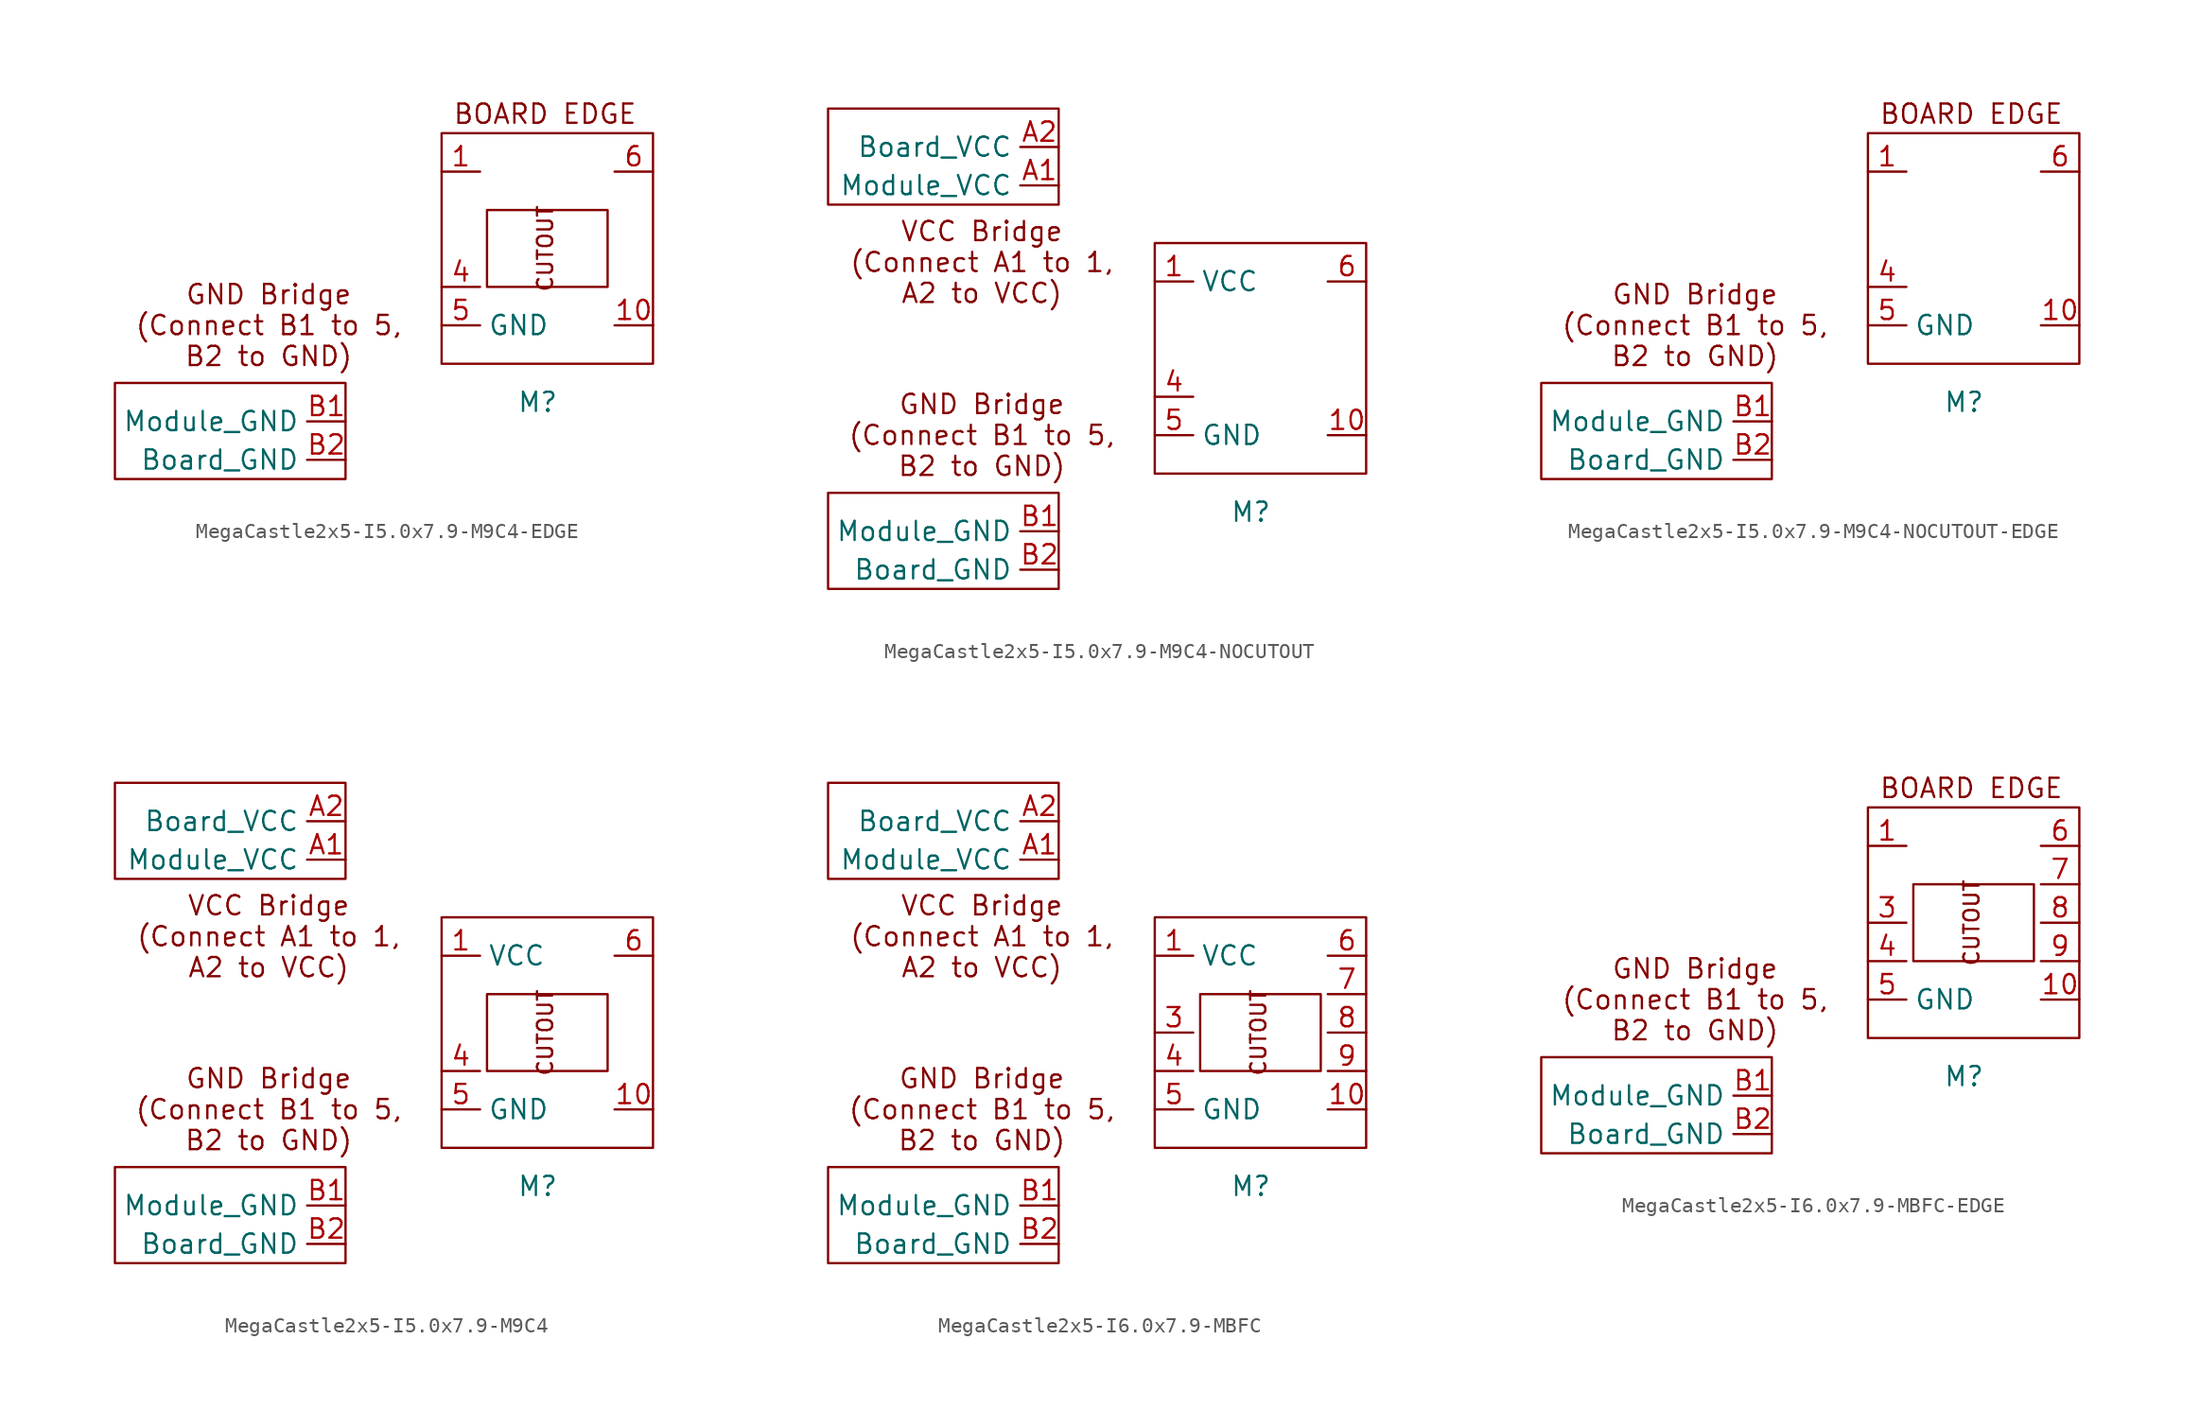
<source format=kicad_sym>
(kicad_symbol_lib
  (version 20241209)
  (generator "kicad_symbol_editor")
  (generator_version "9.0")
  (symbol "MegaCastle2x5-I5.0x7.9-M9C4-EDGE"
    (property "Reference" "M"
      (at 0 -10.16 0)
      (effects (font (size 1.27 1.27))))
    (property "Value" ""
      (at 0 5.08 0)
      (effects (font (size 1.27 1.27))))
    (symbol "MegaCastle2x5-I5.0x7.9-M9C4-EDGE_0_1"
      (rectangle (start -27.94 -8.89) (end -12.7 -15.24) (stroke (width 0) (type default)) (fill (type none)))
      (rectangle (start -6.35 7.62) (end 7.62 -7.62) (stroke (width 0) (type default)) (fill (type none)))
      (rectangle (start -3.35 2.54) (end 4.62 -2.54) (stroke (width 0) (type default)) (fill (type none))))
    (symbol "MegaCastle2x5-I5.0x7.9-M9C4-EDGE_1_1"
      (text "GND Bridge\n(Connect B1 to 5,\nB2 to GND)" (at -17.78 -5.08 0) (effects (font (size 1.27 1.27))))
      (text " BOARD EDGE" (at 0 8.89 0) (effects (font (size 1.27 1.27))))
      (text "CUTOUT" (at 0.5 0 900) (effects (font (size 1 1))))
      (pin bidirectional line (at -12.7 -11.43 180) (length 2.54) (name "Module_GND" (effects (font (size 1.27 1.27)))) (number "B1" (effects (font (size 1.27 1.27)))))
      (pin bidirectional line (at -12.7 -13.97 180) (length 2.54) (name "Board_GND" (effects (font (size 1.27 1.27)))) (number "B2" (effects (font (size 1.27 1.27)))))
      (pin bidirectional line (at -6.35 5.08 0) (length 2.54) (name "" (effects (font (size 1.27 1.27)))) (number "1" (effects (font (size 1.27 1.27)))))
      (pin bidirectional line (at -6.35 -2.54 0) (length 2.54) (name "" (effects (font (size 1.27 1.27)))) (number "4" (effects (font (size 1.27 1.27)))))
      (pin bidirectional line (at -6.35 -5.08 0) (length 2.54) (name "GND" (effects (font (size 1.27 1.27)))) (number "5" (effects (font (size 1.27 1.27)))))
      (pin bidirectional line (at 7.62 5.08 180) (length 2.54) (name "" (effects (font (size 1.27 1.27)))) (number "6" (effects (font (size 1.27 1.27)))))
      (pin bidirectional line (at 7.62 -5.08 180) (length 2.54) (name "" (effects (font (size 1.27 1.27)))) (number "10" (effects (font (size 1.27 1.27)))))))
  (symbol "MegaCastle2x5-I5.0x7.9-M9C4-NOCUTOUT"
    (property "Reference" "M"
      (at 0 -10.16 0)
      (effects (font (size 1.27 1.27))))
    (property "Value" ""
      (at 0 5.08 0)
      (effects (font (size 1.27 1.27))))
    (symbol "MegaCastle2x5-I5.0x7.9-M9C4-NOCUTOUT_0_1"
      (rectangle (start -27.94 16.51) (end -12.7 10.16) (stroke (width 0) (type default)) (fill (type none)))
      (rectangle (start -27.94 -8.89) (end -12.7 -15.24) (stroke (width 0) (type default)) (fill (type none)))
      (rectangle (start -6.35 7.62) (end 7.62 -7.62) (stroke (width 0) (type default)) (fill (type none))))
    (symbol "MegaCastle2x5-I5.0x7.9-M9C4-NOCUTOUT_1_1"
      (text "VCC Bridge\n(Connect A1 to 1,\nA2 to VCC)" (at -17.78 6.35 0) (effects (font (size 1.27 1.27))))
      (text "GND Bridge\n(Connect B1 to 5,\nB2 to GND)" (at -17.78 -5.08 0) (effects (font (size 1.27 1.27))))
      (pin bidirectional line (at -12.7 13.97 180) (length 2.54) (name "Board_VCC" (effects (font (size 1.27 1.27)))) (number "A2" (effects (font (size 1.27 1.27)))))
      (pin bidirectional line (at -12.7 11.43 180) (length 2.54) (name "Module_VCC" (effects (font (size 1.27 1.27)))) (number "A1" (effects (font (size 1.27 1.27)))))
      (pin bidirectional line (at -12.7 -11.43 180) (length 2.54) (name "Module_GND" (effects (font (size 1.27 1.27)))) (number "B1" (effects (font (size 1.27 1.27)))))
      (pin bidirectional line (at -12.7 -13.97 180) (length 2.54) (name "Board_GND" (effects (font (size 1.27 1.27)))) (number "B2" (effects (font (size 1.27 1.27)))))
      (pin bidirectional line (at -6.35 5.08 0) (length 2.54) (name "VCC" (effects (font (size 1.27 1.27)))) (number "1" (effects (font (size 1.27 1.27)))))
      (pin bidirectional line (at -6.35 -2.54 0) (length 2.54) (name "" (effects (font (size 1.27 1.27)))) (number "4" (effects (font (size 1.27 1.27)))))
      (pin bidirectional line (at -6.35 -5.08 0) (length 2.54) (name "GND" (effects (font (size 1.27 1.27)))) (number "5" (effects (font (size 1.27 1.27)))))
      (pin bidirectional line (at 7.62 5.08 180) (length 2.54) (name "" (effects (font (size 1.27 1.27)))) (number "6" (effects (font (size 1.27 1.27)))))
      (pin bidirectional line (at 7.62 -5.08 180) (length 2.54) (name "" (effects (font (size 1.27 1.27)))) (number "10" (effects (font (size 1.27 1.27)))))))
  (symbol "MegaCastle2x5-I5.0x7.9-M9C4-NOCUTOUT-EDGE"
    (property "Reference" "M"
      (at 0 -10.16 0)
      (effects (font (size 1.27 1.27))))
    (property "Value" ""
      (at 0 5.08 0)
      (effects (font (size 1.27 1.27))))
    (symbol "MegaCastle2x5-I5.0x7.9-M9C4-NOCUTOUT-EDGE_0_1"
      (rectangle (start -27.94 -8.89) (end -12.7 -15.24) (stroke (width 0) (type default)) (fill (type none)))
      (rectangle (start -6.35 7.62) (end 7.62 -7.62) (stroke (width 0) (type default)) (fill (type none))))
    (symbol "MegaCastle2x5-I5.0x7.9-M9C4-NOCUTOUT-EDGE_1_1"
      (text "GND Bridge\n(Connect B1 to 5,\nB2 to GND)" (at -17.78 -5.08 0) (effects (font (size 1.27 1.27))))
      (text " BOARD EDGE" (at 0 8.89 0) (effects (font (size 1.27 1.27))))
      (pin bidirectional line (at -12.7 -11.43 180) (length 2.54) (name "Module_GND" (effects (font (size 1.27 1.27)))) (number "B1" (effects (font (size 1.27 1.27)))))
      (pin bidirectional line (at -12.7 -13.97 180) (length 2.54) (name "Board_GND" (effects (font (size 1.27 1.27)))) (number "B2" (effects (font (size 1.27 1.27)))))
      (pin bidirectional line (at -6.35 5.08 0) (length 2.54) (name "" (effects (font (size 1.27 1.27)))) (number "1" (effects (font (size 1.27 1.27)))))
      (pin bidirectional line (at -6.35 -2.54 0) (length 2.54) (name "" (effects (font (size 1.27 1.27)))) (number "4" (effects (font (size 1.27 1.27)))))
      (pin bidirectional line (at -6.35 -5.08 0) (length 2.54) (name "GND" (effects (font (size 1.27 1.27)))) (number "5" (effects (font (size 1.27 1.27)))))
      (pin bidirectional line (at 7.62 5.08 180) (length 2.54) (name "" (effects (font (size 1.27 1.27)))) (number "6" (effects (font (size 1.27 1.27)))))
      (pin bidirectional line (at 7.62 -5.08 180) (length 2.54) (name "" (effects (font (size 1.27 1.27)))) (number "10" (effects (font (size 1.27 1.27)))))))
  (symbol "MegaCastle2x5-I5.0x7.9-M9C4"
    (property "Reference" "M"
      (at 0 -10.16 0)
      (effects (font (size 1.27 1.27))))
    (property "Value" ""
      (at 0 5.08 0)
      (effects (font (size 1.27 1.27))))
    (symbol "MegaCastle2x5-I5.0x7.9-M9C4_0_1"
      (rectangle (start -27.94 16.51) (end -12.7 10.16) (stroke (width 0) (type default)) (fill (type none)))
      (rectangle (start -27.94 -8.89) (end -12.7 -15.24) (stroke (width 0) (type default)) (fill (type none)))
      (rectangle (start -6.35 7.62) (end 7.62 -7.62) (stroke (width 0) (type default)) (fill (type none)))
      (rectangle (start -3.35 2.54) (end 4.62 -2.54) (stroke (width 0) (type default)) (fill (type none))))
    (symbol "MegaCastle2x5-I5.0x7.9-M9C4_1_1"
      (text "VCC Bridge\n(Connect A1 to 1,\nA2 to VCC)" (at -17.78 6.35 0) (effects (font (size 1.27 1.27))))
      (text "GND Bridge\n(Connect B1 to 5,\nB2 to GND)" (at -17.78 -5.08 0) (effects (font (size 1.27 1.27))))
      (text "CUTOUT" (at 0.5 0 900) (effects (font (size 1 1))))
      (pin bidirectional line (at -12.7 13.97 180) (length 2.54) (name "Board_VCC" (effects (font (size 1.27 1.27)))) (number "A2" (effects (font (size 1.27 1.27)))))
      (pin bidirectional line (at -12.7 11.43 180) (length 2.54) (name "Module_VCC" (effects (font (size 1.27 1.27)))) (number "A1" (effects (font (size 1.27 1.27)))))
      (pin bidirectional line (at -12.7 -11.43 180) (length 2.54) (name "Module_GND" (effects (font (size 1.27 1.27)))) (number "B1" (effects (font (size 1.27 1.27)))))
      (pin bidirectional line (at -12.7 -13.97 180) (length 2.54) (name "Board_GND" (effects (font (size 1.27 1.27)))) (number "B2" (effects (font (size 1.27 1.27)))))
      (pin bidirectional line (at -6.35 5.08 0) (length 2.54) (name "VCC" (effects (font (size 1.27 1.27)))) (number "1" (effects (font (size 1.27 1.27)))))
      (pin bidirectional line (at -6.35 -2.54 0) (length 2.54) (name "" (effects (font (size 1.27 1.27)))) (number "4" (effects (font (size 1.27 1.27)))))
      (pin bidirectional line (at -6.35 -5.08 0) (length 2.54) (name "GND" (effects (font (size 1.27 1.27)))) (number "5" (effects (font (size 1.27 1.27)))))
      (pin bidirectional line (at 7.62 5.08 180) (length 2.54) (name "" (effects (font (size 1.27 1.27)))) (number "6" (effects (font (size 1.27 1.27)))))
      (pin bidirectional line (at 7.62 -5.08 180) (length 2.54) (name "" (effects (font (size 1.27 1.27)))) (number "10" (effects (font (size 1.27 1.27)))))))
  (symbol "MegaCastle2x5-I6.0x7.9-MBFC"
    (property "Reference" "M"
      (at 0 -10.16 0)
      (effects (font (size 1.27 1.27))))
    (property "Value" ""
      (at 0 5.08 0)
      (effects (font (size 1.27 1.27))))
    (symbol "MegaCastle2x5-I6.0x7.9-MBFC_0_1"
      (rectangle (start -27.94 16.51) (end -12.7 10.16) (stroke (width 0) (type default)) (fill (type none)))
      (rectangle (start -27.94 -8.89) (end -12.7 -15.24) (stroke (width 0) (type default)) (fill (type none)))
      (rectangle (start -6.35 7.62) (end 7.62 -7.62) (stroke (width 0) (type default)) (fill (type none)))
      (rectangle (start -3.35 2.54) (end 4.62 -2.54) (stroke (width 0) (type default)) (fill (type none))))
    (symbol "MegaCastle2x5-I6.0x7.9-MBFC_1_1"
      (text "VCC Bridge\n(Connect A1 to 1,\nA2 to VCC)" (at -17.78 6.35 0) (effects (font (size 1.27 1.27))))
      (text "GND Bridge\n(Connect B1 to 5,\nB2 to GND)" (at -17.78 -5.08 0) (effects (font (size 1.27 1.27))))
      (text "CUTOUT" (at 0.5 0 900) (effects (font (size 1 1))))
      (pin bidirectional line (at -12.7 13.97 180) (length 2.54) (name "Board_VCC" (effects (font (size 1.27 1.27)))) (number "A2" (effects (font (size 1.27 1.27)))))
      (pin bidirectional line (at -12.7 11.43 180) (length 2.54) (name "Module_VCC" (effects (font (size 1.27 1.27)))) (number "A1" (effects (font (size 1.27 1.27)))))
      (pin bidirectional line (at -12.7 -11.43 180) (length 2.54) (name "Module_GND" (effects (font (size 1.27 1.27)))) (number "B1" (effects (font (size 1.27 1.27)))))
      (pin bidirectional line (at -12.7 -13.97 180) (length 2.54) (name "Board_GND" (effects (font (size 1.27 1.27)))) (number "B2" (effects (font (size 1.27 1.27)))))
      (pin bidirectional line (at -6.35 5.08 0) (length 2.54) (name "VCC" (effects (font (size 1.27 1.27)))) (number "1" (effects (font (size 1.27 1.27)))))
      (pin bidirectional line (at -6.35 0 0) (length 2.54) (name "" (effects (font (size 1.27 1.27)))) (number "3" (effects (font (size 1.27 1.27)))))
      (pin bidirectional line (at -6.35 -2.54 0) (length 2.54) (name "" (effects (font (size 1.27 1.27)))) (number "4" (effects (font (size 1.27 1.27)))))
      (pin bidirectional line (at -6.35 -5.08 0) (length 2.54) (name "GND" (effects (font (size 1.27 1.27)))) (number "5" (effects (font (size 1.27 1.27)))))
      (pin bidirectional line (at 7.62 5.08 180) (length 2.54) (name "" (effects (font (size 1.27 1.27)))) (number "6" (effects (font (size 1.27 1.27)))))
      (pin bidirectional line (at 7.62 2.54 180) (length 2.54) (name "" (effects (font (size 1.27 1.27)))) (number "7" (effects (font (size 1.27 1.27)))))
      (pin bidirectional line (at 7.62 0 180) (length 2.54) (name "" (effects (font (size 1.27 1.27)))) (number "8" (effects (font (size 1.27 1.27)))))
      (pin bidirectional line (at 7.62 -2.54 180) (length 2.54) (name "" (effects (font (size 1.27 1.27)))) (number "9" (effects (font (size 1.27 1.27)))))
      (pin bidirectional line (at 7.62 -5.08 180) (length 2.54) (name "" (effects (font (size 1.27 1.27)))) (number "10" (effects (font (size 1.27 1.27)))))))
  (symbol "MegaCastle2x5-I6.0x7.9-MBFC-EDGE"
    (property "Reference" "M"
      (at 0 -10.16 0)
      (effects (font (size 1.27 1.27))))
    (property "Value" ""
      (at 0 5.08 0)
      (effects (font (size 1.27 1.27))))
    (symbol "MegaCastle2x5-I6.0x7.9-MBFC-EDGE_0_1"
      (rectangle (start -27.94 -8.89) (end -12.7 -15.24) (stroke (width 0) (type default)) (fill (type none)))
      (rectangle (start -6.35 7.62) (end 7.62 -7.62) (stroke (width 0) (type default)) (fill (type none)))
      (rectangle (start -3.35 2.54) (end 4.62 -2.54) (stroke (width 0) (type default)) (fill (type none))))
    (symbol "MegaCastle2x5-I6.0x7.9-MBFC-EDGE_1_1"
      (text "GND Bridge\n(Connect B1 to 5,\nB2 to GND)" (at -17.78 -5.08 0) (effects (font (size 1.27 1.27))))
      (text " BOARD EDGE" (at 0 8.89 0) (effects (font (size 1.27 1.27))))
      (text "CUTOUT" (at 0.5 0 900) (effects (font (size 1 1))))
      (pin bidirectional line (at -12.7 -11.43 180) (length 2.54) (name "Module_GND" (effects (font (size 1.27 1.27)))) (number "B1" (effects (font (size 1.27 1.27)))))
      (pin bidirectional line (at -12.7 -13.97 180) (length 2.54) (name "Board_GND" (effects (font (size 1.27 1.27)))) (number "B2" (effects (font (size 1.27 1.27)))))
      (pin bidirectional line (at -6.35 5.08 0) (length 2.54) (name "" (effects (font (size 1.27 1.27)))) (number "1" (effects (font (size 1.27 1.27)))))
      (pin bidirectional line (at -6.35 0 0) (length 2.54) (name "" (effects (font (size 1.27 1.27)))) (number "3" (effects (font (size 1.27 1.27)))))
      (pin bidirectional line (at -6.35 -2.54 0) (length 2.54) (name "" (effects (font (size 1.27 1.27)))) (number "4" (effects (font (size 1.27 1.27)))))
      (pin bidirectional line (at -6.35 -5.08 0) (length 2.54) (name "GND" (effects (font (size 1.27 1.27)))) (number "5" (effects (font (size 1.27 1.27)))))
      (pin bidirectional line (at 7.62 5.08 180) (length 2.54) (name "" (effects (font (size 1.27 1.27)))) (number "6" (effects (font (size 1.27 1.27)))))
      (pin bidirectional line (at 7.62 2.54 180) (length 2.54) (name "" (effects (font (size 1.27 1.27)))) (number "7" (effects (font (size 1.27 1.27)))))
      (pin bidirectional line (at 7.62 0 180) (length 2.54) (name "" (effects (font (size 1.27 1.27)))) (number "8" (effects (font (size 1.27 1.27)))))
      (pin bidirectional line (at 7.62 -2.54 180) (length 2.54) (name "" (effects (font (size 1.27 1.27)))) (number "9" (effects (font (size 1.27 1.27)))))
      (pin bidirectional line (at 7.62 -5.08 180) (length 2.54) (name "" (effects (font (size 1.27 1.27)))) (number "10" (effects (font (size 1.27 1.27))))))))
</source>
